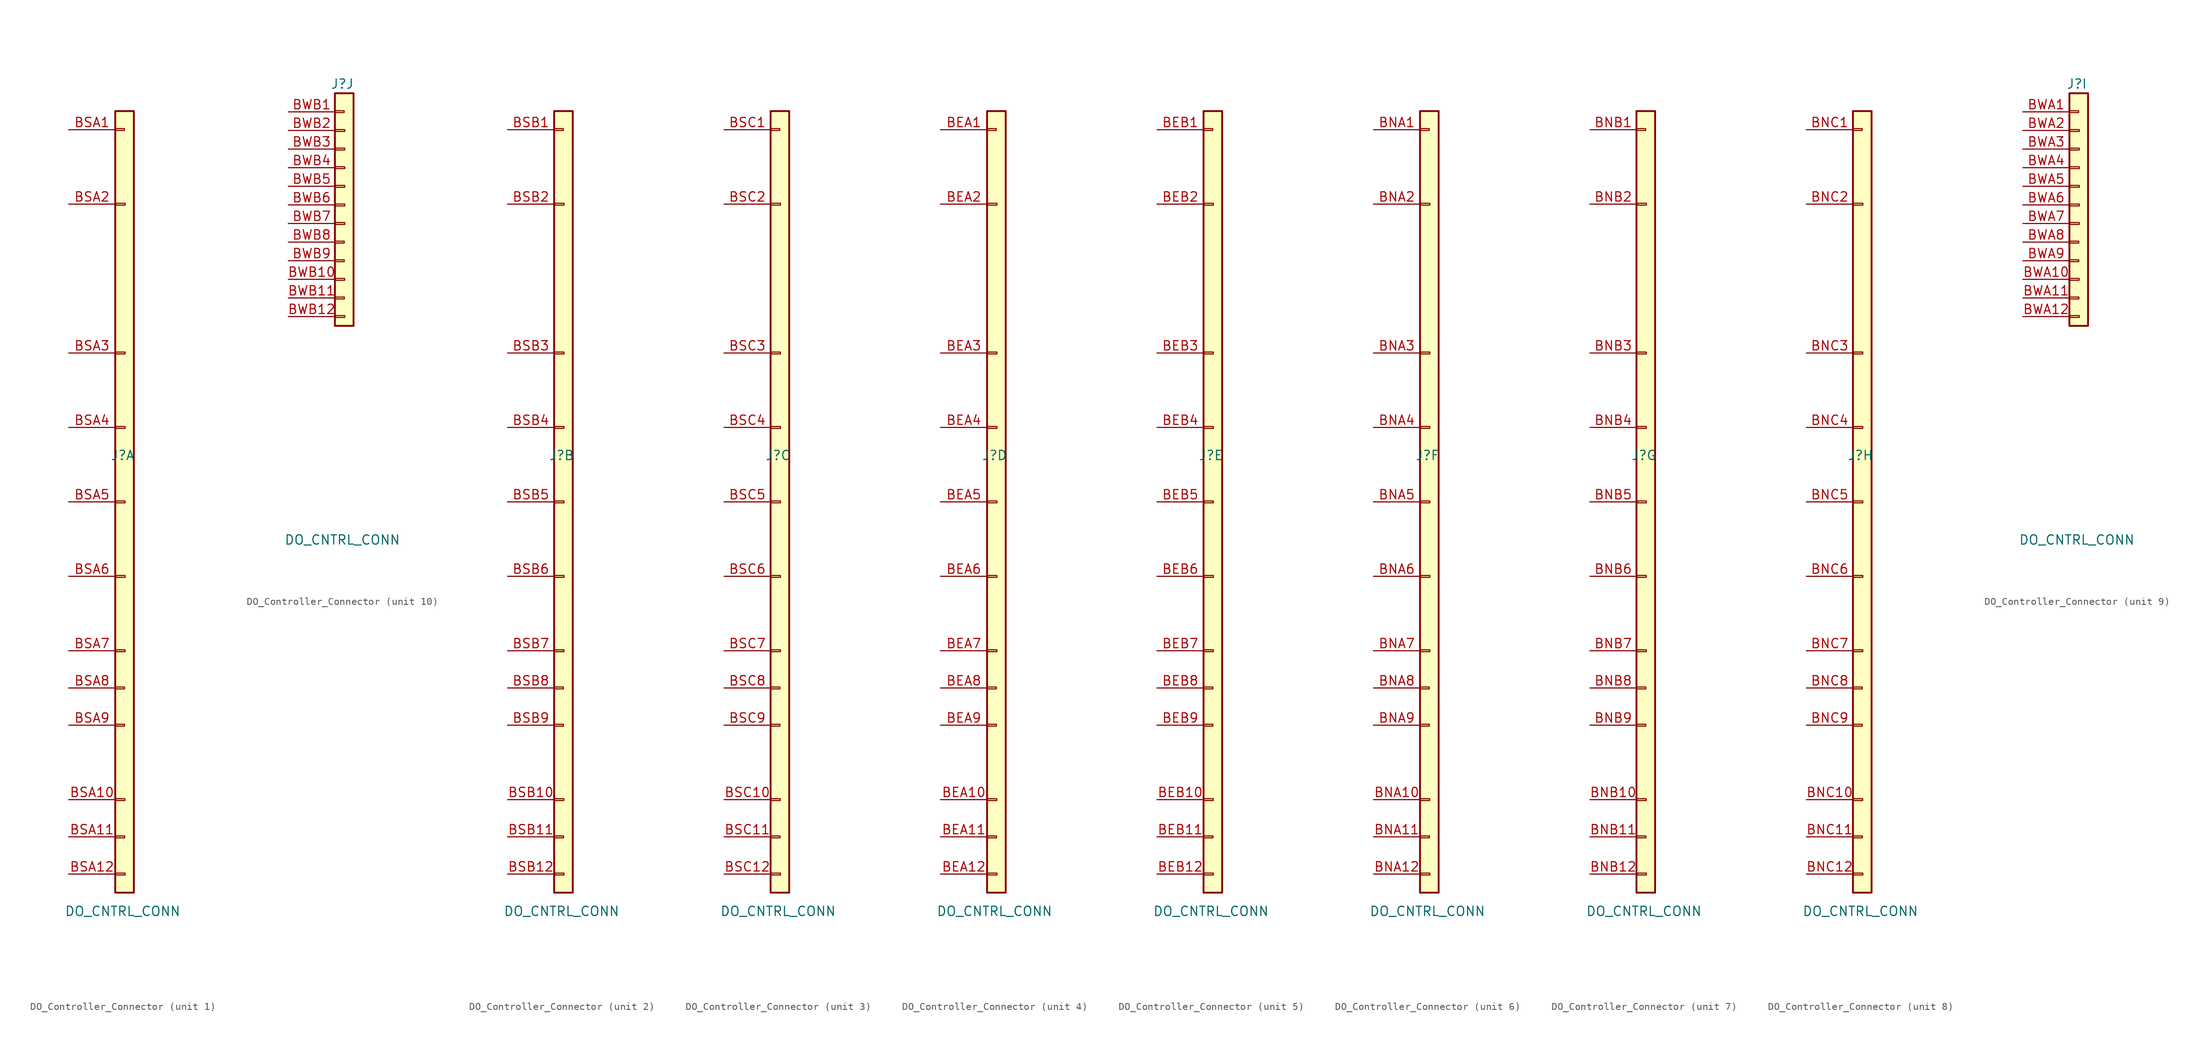
<source format=kicad_sym>
(kicad_symbol_lib
  (version 20220914)
  (generator kicad_symbol_editor)
  (symbol "DO_Controller_Connector"
    (pin_names
      (offset 1.016) hide)
    (property "Reference" "J"
      (at -0.254 16.51 0)
      (effects (font (size 1.27 1.27))))
    (property "Value" "DO_CNTRL_CONN"
      (at -0.254 -45.72 0)
      (effects (font (size 1.27 1.27))))
    (property "ki_locked" ""
      (at 0 0 0)
      (effects (font (size 1.27 1.27))))
    (symbol "DO_Controller_Connector_1_1"
      (rectangle (start -1.285 61.109) (end -0.015 60.855) (stroke (width 0.152) (type default)) (fill (type none)))
      (rectangle (start -1.27 -20.193) (end 0 -20.447) (stroke (width 0.152) (type default)) (fill (type none)))
      (rectangle (start -1.27 -15.113) (end 0 -15.367) (stroke (width 0.152) (type default)) (fill (type none)))
      (rectangle (start -1.27 63.5) (end 1.27 -43.18) (stroke (width 0.254) (type default)) (fill (type background)))
      (rectangle (start -1.252 -35.441) (end 0.018 -35.695) (stroke (width 0.152) (type default)) (fill (type none)))
      (rectangle (start -1.217 -30.354) (end 0.053 -30.608) (stroke (width 0.152) (type default)) (fill (type none)))
      (rectangle (start -1.2 30.608) (end 0.07 30.354) (stroke (width 0.152) (type default)) (fill (type none)))
      (rectangle (start -1.199 -10.033) (end 0.071 -10.287) (stroke (width 0.152) (type default)) (fill (type none)))
      (rectangle (start -1.198 10.283) (end 0.072 10.029) (stroke (width 0.152) (type default)) (fill (type none)))
      (rectangle (start -1.198 20.447) (end 0.072 20.193) (stroke (width 0.152) (type default)) (fill (type none)))
      (rectangle (start -1.197 -40.508) (end 0.073 -40.762) (stroke (width 0.152) (type default)) (fill (type none)))
      (rectangle (start -1.195 0.116) (end 0.075 -0.138) (stroke (width 0.152) (type default)) (fill (type none)))
      (rectangle (start -1.193 50.919) (end 0.077 50.665) (stroke (width 0.152) (type default)) (fill (type none)))
      (pin passive line (at -7.62 60.96 0) (length 6.35) (name "BSA1" (effects (font (size 1.27 1.27)))) (number "BSA1" (effects (font (size 1.27 1.27)))))
      (pin passive line (at -7.62 -30.48 0) (length 6.35) (name "BSA10" (effects (font (size 1.27 1.27)))) (number "BSA10" (effects (font (size 1.27 1.27)))))
      (pin passive line (at -7.62 -35.56 0) (length 6.35) (name "BSA11" (effects (font (size 1.27 1.27)))) (number "BSA11" (effects (font (size 1.27 1.27)))))
      (pin passive line (at -7.62 -40.64 0) (length 6.35) (name "BSA12" (effects (font (size 1.27 1.27)))) (number "BSA12" (effects (font (size 1.27 1.27)))))
      (pin passive line (at -7.62 50.8 0) (length 6.35) (name "BSA2" (effects (font (size 1.27 1.27)))) (number "BSA2" (effects (font (size 1.27 1.27)))))
      (pin passive line (at -7.62 30.48 0) (length 6.35) (name "BSA3" (effects (font (size 1.27 1.27)))) (number "BSA3" (effects (font (size 1.27 1.27)))))
      (pin passive line (at -7.62 20.32 0) (length 6.35) (name "BSA4" (effects (font (size 1.27 1.27)))) (number "BSA4" (effects (font (size 1.27 1.27)))))
      (pin passive line (at -7.62 10.16 0) (length 6.35) (name "BSA5" (effects (font (size 1.27 1.27)))) (number "BSA5" (effects (font (size 1.27 1.27)))))
      (pin passive line (at -7.62 0 0) (length 6.35) (name "BSA6" (effects (font (size 1.27 1.27)))) (number "BSA6" (effects (font (size 1.27 1.27)))))
      (pin passive line (at -7.62 -10.16 0) (length 6.35) (name "BSA7" (effects (font (size 1.27 1.27)))) (number "BSA7" (effects (font (size 1.27 1.27)))))
      (pin passive line (at -7.62 -15.24 0) (length 6.35) (name "BSA8" (effects (font (size 1.27 1.27)))) (number "BSA8" (effects (font (size 1.27 1.27)))))
      (pin passive line (at -7.62 -20.32 0) (length 6.35) (name "BSA9" (effects (font (size 1.27 1.27)))) (number "BSA9" (effects (font (size 1.27 1.27))))))
    (symbol "DO_Controller_Connector_2_1"
      (rectangle (start -1.285 61.109) (end -0.015 60.855) (stroke (width 0.152) (type default)) (fill (type none)))
      (rectangle (start -1.27 -20.193) (end 0 -20.447) (stroke (width 0.152) (type default)) (fill (type none)))
      (rectangle (start -1.27 -15.113) (end 0 -15.367) (stroke (width 0.152) (type default)) (fill (type none)))
      (rectangle (start -1.27 63.5) (end 1.27 -43.18) (stroke (width 0.254) (type default)) (fill (type background)))
      (rectangle (start -1.252 -35.441) (end 0.018 -35.695) (stroke (width 0.152) (type default)) (fill (type none)))
      (rectangle (start -1.217 -30.354) (end 0.053 -30.608) (stroke (width 0.152) (type default)) (fill (type none)))
      (rectangle (start -1.2 30.608) (end 0.07 30.354) (stroke (width 0.152) (type default)) (fill (type none)))
      (rectangle (start -1.199 -10.033) (end 0.071 -10.287) (stroke (width 0.152) (type default)) (fill (type none)))
      (rectangle (start -1.198 10.283) (end 0.072 10.029) (stroke (width 0.152) (type default)) (fill (type none)))
      (rectangle (start -1.198 20.447) (end 0.072 20.193) (stroke (width 0.152) (type default)) (fill (type none)))
      (rectangle (start -1.197 -40.508) (end 0.073 -40.762) (stroke (width 0.152) (type default)) (fill (type none)))
      (rectangle (start -1.195 0.116) (end 0.075 -0.138) (stroke (width 0.152) (type default)) (fill (type none)))
      (rectangle (start -1.193 50.919) (end 0.077 50.665) (stroke (width 0.152) (type default)) (fill (type none)))
      (pin passive line (at -7.62 60.96 0) (length 6.35) (name "BSB1" (effects (font (size 1.27 1.27)))) (number "BSB1" (effects (font (size 1.27 1.27)))))
      (pin passive line (at -7.62 -30.48 0) (length 6.35) (name "BSB10" (effects (font (size 1.27 1.27)))) (number "BSB10" (effects (font (size 1.27 1.27)))))
      (pin passive line (at -7.62 -35.56 0) (length 6.35) (name "BSB11" (effects (font (size 1.27 1.27)))) (number "BSB11" (effects (font (size 1.27 1.27)))))
      (pin passive line (at -7.62 -40.64 0) (length 6.35) (name "BSB12" (effects (font (size 1.27 1.27)))) (number "BSB12" (effects (font (size 1.27 1.27)))))
      (pin passive line (at -7.62 50.8 0) (length 6.35) (name "BSB2" (effects (font (size 1.27 1.27)))) (number "BSB2" (effects (font (size 1.27 1.27)))))
      (pin passive line (at -7.62 30.48 0) (length 6.35) (name "BSB3" (effects (font (size 1.27 1.27)))) (number "BSB3" (effects (font (size 1.27 1.27)))))
      (pin passive line (at -7.62 20.32 0) (length 6.35) (name "BSB4" (effects (font (size 1.27 1.27)))) (number "BSB4" (effects (font (size 1.27 1.27)))))
      (pin passive line (at -7.62 10.16 0) (length 6.35) (name "BSB5" (effects (font (size 1.27 1.27)))) (number "BSB5" (effects (font (size 1.27 1.27)))))
      (pin passive line (at -7.62 0 0) (length 6.35) (name "BSB6" (effects (font (size 1.27 1.27)))) (number "BSB6" (effects (font (size 1.27 1.27)))))
      (pin passive line (at -7.62 -10.16 0) (length 6.35) (name "BSB7" (effects (font (size 1.27 1.27)))) (number "BSB7" (effects (font (size 1.27 1.27)))))
      (pin passive line (at -7.62 -15.24 0) (length 6.35) (name "BSB8" (effects (font (size 1.27 1.27)))) (number "BSB8" (effects (font (size 1.27 1.27)))))
      (pin passive line (at -7.62 -20.32 0) (length 6.35) (name "BSB9" (effects (font (size 1.27 1.27)))) (number "BSB9" (effects (font (size 1.27 1.27))))))
    (symbol "DO_Controller_Connector_3_1"
      (rectangle (start -1.285 61.109) (end -0.015 60.855) (stroke (width 0.152) (type default)) (fill (type none)))
      (rectangle (start -1.27 -20.193) (end 0 -20.447) (stroke (width 0.152) (type default)) (fill (type none)))
      (rectangle (start -1.27 -15.113) (end 0 -15.367) (stroke (width 0.152) (type default)) (fill (type none)))
      (rectangle (start -1.27 63.5) (end 1.27 -43.18) (stroke (width 0.254) (type default)) (fill (type background)))
      (rectangle (start -1.252 -35.441) (end 0.018 -35.695) (stroke (width 0.152) (type default)) (fill (type none)))
      (rectangle (start -1.217 -30.354) (end 0.053 -30.608) (stroke (width 0.152) (type default)) (fill (type none)))
      (rectangle (start -1.2 30.608) (end 0.07 30.354) (stroke (width 0.152) (type default)) (fill (type none)))
      (rectangle (start -1.199 -10.033) (end 0.071 -10.287) (stroke (width 0.152) (type default)) (fill (type none)))
      (rectangle (start -1.198 10.283) (end 0.072 10.029) (stroke (width 0.152) (type default)) (fill (type none)))
      (rectangle (start -1.198 20.447) (end 0.072 20.193) (stroke (width 0.152) (type default)) (fill (type none)))
      (rectangle (start -1.197 -40.508) (end 0.073 -40.762) (stroke (width 0.152) (type default)) (fill (type none)))
      (rectangle (start -1.195 0.116) (end 0.075 -0.138) (stroke (width 0.152) (type default)) (fill (type none)))
      (rectangle (start -1.193 50.919) (end 0.077 50.665) (stroke (width 0.152) (type default)) (fill (type none)))
      (pin passive line (at -7.62 60.96 0) (length 6.35) (name "BSC1" (effects (font (size 1.27 1.27)))) (number "BSC1" (effects (font (size 1.27 1.27)))))
      (pin passive line (at -7.62 -30.48 0) (length 6.35) (name "BSC10" (effects (font (size 1.27 1.27)))) (number "BSC10" (effects (font (size 1.27 1.27)))))
      (pin passive line (at -7.62 -35.56 0) (length 6.35) (name "BSC11" (effects (font (size 1.27 1.27)))) (number "BSC11" (effects (font (size 1.27 1.27)))))
      (pin passive line (at -7.62 -40.64 0) (length 6.35) (name "BSC12" (effects (font (size 1.27 1.27)))) (number "BSC12" (effects (font (size 1.27 1.27)))))
      (pin passive line (at -7.62 50.8 0) (length 6.35) (name "BSC2" (effects (font (size 1.27 1.27)))) (number "BSC2" (effects (font (size 1.27 1.27)))))
      (pin passive line (at -7.62 30.48 0) (length 6.35) (name "BSC3" (effects (font (size 1.27 1.27)))) (number "BSC3" (effects (font (size 1.27 1.27)))))
      (pin passive line (at -7.62 20.32 0) (length 6.35) (name "BSC4" (effects (font (size 1.27 1.27)))) (number "BSC4" (effects (font (size 1.27 1.27)))))
      (pin passive line (at -7.62 10.16 0) (length 6.35) (name "BSC5" (effects (font (size 1.27 1.27)))) (number "BSC5" (effects (font (size 1.27 1.27)))))
      (pin passive line (at -7.62 0 0) (length 6.35) (name "BSC6" (effects (font (size 1.27 1.27)))) (number "BSC6" (effects (font (size 1.27 1.27)))))
      (pin passive line (at -7.62 -10.16 0) (length 6.35) (name "BSC7" (effects (font (size 1.27 1.27)))) (number "BSC7" (effects (font (size 1.27 1.27)))))
      (pin passive line (at -7.62 -15.24 0) (length 6.35) (name "BSC8" (effects (font (size 1.27 1.27)))) (number "BSC8" (effects (font (size 1.27 1.27)))))
      (pin passive line (at -7.62 -20.32 0) (length 6.35) (name "BSC9" (effects (font (size 1.27 1.27)))) (number "BSC9" (effects (font (size 1.27 1.27))))))
    (symbol "DO_Controller_Connector_4_1"
      (rectangle (start -1.285 61.109) (end -0.015 60.855) (stroke (width 0.152) (type default)) (fill (type none)))
      (rectangle (start -1.27 -20.193) (end 0 -20.447) (stroke (width 0.152) (type default)) (fill (type none)))
      (rectangle (start -1.27 -15.113) (end 0 -15.367) (stroke (width 0.152) (type default)) (fill (type none)))
      (rectangle (start -1.27 63.5) (end 1.27 -43.18) (stroke (width 0.254) (type default)) (fill (type background)))
      (rectangle (start -1.252 -35.441) (end 0.018 -35.695) (stroke (width 0.152) (type default)) (fill (type none)))
      (rectangle (start -1.217 -30.354) (end 0.053 -30.608) (stroke (width 0.152) (type default)) (fill (type none)))
      (rectangle (start -1.2 30.608) (end 0.07 30.354) (stroke (width 0.152) (type default)) (fill (type none)))
      (rectangle (start -1.199 -10.033) (end 0.071 -10.287) (stroke (width 0.152) (type default)) (fill (type none)))
      (rectangle (start -1.198 10.283) (end 0.072 10.029) (stroke (width 0.152) (type default)) (fill (type none)))
      (rectangle (start -1.198 20.447) (end 0.072 20.193) (stroke (width 0.152) (type default)) (fill (type none)))
      (rectangle (start -1.197 -40.508) (end 0.073 -40.762) (stroke (width 0.152) (type default)) (fill (type none)))
      (rectangle (start -1.195 0.116) (end 0.075 -0.138) (stroke (width 0.152) (type default)) (fill (type none)))
      (rectangle (start -1.193 50.919) (end 0.077 50.665) (stroke (width 0.152) (type default)) (fill (type none)))
      (pin passive line (at -7.62 60.96 0) (length 6.35) (name "BEA1" (effects (font (size 1.27 1.27)))) (number "BEA1" (effects (font (size 1.27 1.27)))))
      (pin passive line (at -7.62 -30.48 0) (length 6.35) (name "BEA10" (effects (font (size 1.27 1.27)))) (number "BEA10" (effects (font (size 1.27 1.27)))))
      (pin passive line (at -7.62 -35.56 0) (length 6.35) (name "BEA11" (effects (font (size 1.27 1.27)))) (number "BEA11" (effects (font (size 1.27 1.27)))))
      (pin passive line (at -7.62 -40.64 0) (length 6.35) (name "BEA12" (effects (font (size 1.27 1.27)))) (number "BEA12" (effects (font (size 1.27 1.27)))))
      (pin passive line (at -7.62 50.8 0) (length 6.35) (name "BEA2" (effects (font (size 1.27 1.27)))) (number "BEA2" (effects (font (size 1.27 1.27)))))
      (pin passive line (at -7.62 30.48 0) (length 6.35) (name "BEA3" (effects (font (size 1.27 1.27)))) (number "BEA3" (effects (font (size 1.27 1.27)))))
      (pin passive line (at -7.62 20.32 0) (length 6.35) (name "BEA4" (effects (font (size 1.27 1.27)))) (number "BEA4" (effects (font (size 1.27 1.27)))))
      (pin passive line (at -7.62 10.16 0) (length 6.35) (name "BEA5" (effects (font (size 1.27 1.27)))) (number "BEA5" (effects (font (size 1.27 1.27)))))
      (pin passive line (at -7.62 0 0) (length 6.35) (name "BEA6" (effects (font (size 1.27 1.27)))) (number "BEA6" (effects (font (size 1.27 1.27)))))
      (pin passive line (at -7.62 -10.16 0) (length 6.35) (name "BEA7" (effects (font (size 1.27 1.27)))) (number "BEA7" (effects (font (size 1.27 1.27)))))
      (pin passive line (at -7.62 -15.24 0) (length 6.35) (name "BEA8" (effects (font (size 1.27 1.27)))) (number "BEA8" (effects (font (size 1.27 1.27)))))
      (pin passive line (at -7.62 -20.32 0) (length 6.35) (name "BEA9" (effects (font (size 1.27 1.27)))) (number "BEA9" (effects (font (size 1.27 1.27))))))
    (symbol "DO_Controller_Connector_5_1"
      (rectangle (start -1.285 61.109) (end -0.015 60.855) (stroke (width 0.152) (type default)) (fill (type none)))
      (rectangle (start -1.27 -20.193) (end 0 -20.447) (stroke (width 0.152) (type default)) (fill (type none)))
      (rectangle (start -1.27 -15.113) (end 0 -15.367) (stroke (width 0.152) (type default)) (fill (type none)))
      (rectangle (start -1.27 63.5) (end 1.27 -43.18) (stroke (width 0.254) (type default)) (fill (type background)))
      (rectangle (start -1.252 -35.441) (end 0.018 -35.695) (stroke (width 0.152) (type default)) (fill (type none)))
      (rectangle (start -1.217 -30.354) (end 0.053 -30.608) (stroke (width 0.152) (type default)) (fill (type none)))
      (rectangle (start -1.2 30.608) (end 0.07 30.354) (stroke (width 0.152) (type default)) (fill (type none)))
      (rectangle (start -1.199 -10.033) (end 0.071 -10.287) (stroke (width 0.152) (type default)) (fill (type none)))
      (rectangle (start -1.198 10.283) (end 0.072 10.029) (stroke (width 0.152) (type default)) (fill (type none)))
      (rectangle (start -1.198 20.447) (end 0.072 20.193) (stroke (width 0.152) (type default)) (fill (type none)))
      (rectangle (start -1.197 -40.508) (end 0.073 -40.762) (stroke (width 0.152) (type default)) (fill (type none)))
      (rectangle (start -1.195 0.116) (end 0.075 -0.138) (stroke (width 0.152) (type default)) (fill (type none)))
      (rectangle (start -1.193 50.919) (end 0.077 50.665) (stroke (width 0.152) (type default)) (fill (type none)))
      (pin passive line (at -7.62 60.96 0) (length 6.35) (name "BEB1" (effects (font (size 1.27 1.27)))) (number "BEB1" (effects (font (size 1.27 1.27)))))
      (pin passive line (at -7.62 -30.48 0) (length 6.35) (name "BEB10" (effects (font (size 1.27 1.27)))) (number "BEB10" (effects (font (size 1.27 1.27)))))
      (pin passive line (at -7.62 -35.56 0) (length 6.35) (name "BEB11" (effects (font (size 1.27 1.27)))) (number "BEB11" (effects (font (size 1.27 1.27)))))
      (pin passive line (at -7.62 -40.64 0) (length 6.35) (name "BEB12" (effects (font (size 1.27 1.27)))) (number "BEB12" (effects (font (size 1.27 1.27)))))
      (pin passive line (at -7.62 50.8 0) (length 6.35) (name "BEB2" (effects (font (size 1.27 1.27)))) (number "BEB2" (effects (font (size 1.27 1.27)))))
      (pin passive line (at -7.62 30.48 0) (length 6.35) (name "BEB3" (effects (font (size 1.27 1.27)))) (number "BEB3" (effects (font (size 1.27 1.27)))))
      (pin passive line (at -7.62 20.32 0) (length 6.35) (name "BEB4" (effects (font (size 1.27 1.27)))) (number "BEB4" (effects (font (size 1.27 1.27)))))
      (pin passive line (at -7.62 10.16 0) (length 6.35) (name "BEB5" (effects (font (size 1.27 1.27)))) (number "BEB5" (effects (font (size 1.27 1.27)))))
      (pin passive line (at -7.62 0 0) (length 6.35) (name "BEB6" (effects (font (size 1.27 1.27)))) (number "BEB6" (effects (font (size 1.27 1.27)))))
      (pin passive line (at -7.62 -10.16 0) (length 6.35) (name "BEB7" (effects (font (size 1.27 1.27)))) (number "BEB7" (effects (font (size 1.27 1.27)))))
      (pin passive line (at -7.62 -15.24 0) (length 6.35) (name "BEB8" (effects (font (size 1.27 1.27)))) (number "BEB8" (effects (font (size 1.27 1.27)))))
      (pin passive line (at -7.62 -20.32 0) (length 6.35) (name "BEB9" (effects (font (size 1.27 1.27)))) (number "BEB9" (effects (font (size 1.27 1.27))))))
    (symbol "DO_Controller_Connector_6_1"
      (rectangle (start -1.285 61.109) (end -0.015 60.855) (stroke (width 0.152) (type default)) (fill (type none)))
      (rectangle (start -1.27 -20.193) (end 0 -20.447) (stroke (width 0.152) (type default)) (fill (type none)))
      (rectangle (start -1.27 -15.113) (end 0 -15.367) (stroke (width 0.152) (type default)) (fill (type none)))
      (rectangle (start -1.27 63.5) (end 1.27 -43.18) (stroke (width 0.254) (type default)) (fill (type background)))
      (rectangle (start -1.252 -35.441) (end 0.018 -35.695) (stroke (width 0.152) (type default)) (fill (type none)))
      (rectangle (start -1.217 -30.354) (end 0.053 -30.608) (stroke (width 0.152) (type default)) (fill (type none)))
      (rectangle (start -1.2 30.608) (end 0.07 30.354) (stroke (width 0.152) (type default)) (fill (type none)))
      (rectangle (start -1.199 -10.033) (end 0.071 -10.287) (stroke (width 0.152) (type default)) (fill (type none)))
      (rectangle (start -1.198 10.283) (end 0.072 10.029) (stroke (width 0.152) (type default)) (fill (type none)))
      (rectangle (start -1.198 20.447) (end 0.072 20.193) (stroke (width 0.152) (type default)) (fill (type none)))
      (rectangle (start -1.197 -40.508) (end 0.073 -40.762) (stroke (width 0.152) (type default)) (fill (type none)))
      (rectangle (start -1.195 0.116) (end 0.075 -0.138) (stroke (width 0.152) (type default)) (fill (type none)))
      (rectangle (start -1.193 50.919) (end 0.077 50.665) (stroke (width 0.152) (type default)) (fill (type none)))
      (pin passive line (at -7.62 60.96 0) (length 6.35) (name "BNA1" (effects (font (size 1.27 1.27)))) (number "BNA1" (effects (font (size 1.27 1.27)))))
      (pin passive line (at -7.62 -30.48 0) (length 6.35) (name "BNA10" (effects (font (size 1.27 1.27)))) (number "BNA10" (effects (font (size 1.27 1.27)))))
      (pin passive line (at -7.62 -35.56 0) (length 6.35) (name "BNA11" (effects (font (size 1.27 1.27)))) (number "BNA11" (effects (font (size 1.27 1.27)))))
      (pin passive line (at -7.62 -40.64 0) (length 6.35) (name "BNA12" (effects (font (size 1.27 1.27)))) (number "BNA12" (effects (font (size 1.27 1.27)))))
      (pin passive line (at -7.62 50.8 0) (length 6.35) (name "BNA2" (effects (font (size 1.27 1.27)))) (number "BNA2" (effects (font (size 1.27 1.27)))))
      (pin passive line (at -7.62 30.48 0) (length 6.35) (name "BNA3" (effects (font (size 1.27 1.27)))) (number "BNA3" (effects (font (size 1.27 1.27)))))
      (pin passive line (at -7.62 20.32 0) (length 6.35) (name "BNA4" (effects (font (size 1.27 1.27)))) (number "BNA4" (effects (font (size 1.27 1.27)))))
      (pin passive line (at -7.62 10.16 0) (length 6.35) (name "BNA5" (effects (font (size 1.27 1.27)))) (number "BNA5" (effects (font (size 1.27 1.27)))))
      (pin passive line (at -7.62 0 0) (length 6.35) (name "BNA6" (effects (font (size 1.27 1.27)))) (number "BNA6" (effects (font (size 1.27 1.27)))))
      (pin passive line (at -7.62 -10.16 0) (length 6.35) (name "BNA7" (effects (font (size 1.27 1.27)))) (number "BNA7" (effects (font (size 1.27 1.27)))))
      (pin passive line (at -7.62 -15.24 0) (length 6.35) (name "BNA8" (effects (font (size 1.27 1.27)))) (number "BNA8" (effects (font (size 1.27 1.27)))))
      (pin passive line (at -7.62 -20.32 0) (length 6.35) (name "BNA9" (effects (font (size 1.27 1.27)))) (number "BNA9" (effects (font (size 1.27 1.27))))))
    (symbol "DO_Controller_Connector_7_1"
      (rectangle (start -1.285 61.109) (end -0.015 60.855) (stroke (width 0.152) (type default)) (fill (type none)))
      (rectangle (start -1.27 -20.193) (end 0 -20.447) (stroke (width 0.152) (type default)) (fill (type none)))
      (rectangle (start -1.27 -15.113) (end 0 -15.367) (stroke (width 0.152) (type default)) (fill (type none)))
      (rectangle (start -1.27 63.5) (end 1.27 -43.18) (stroke (width 0.254) (type default)) (fill (type background)))
      (rectangle (start -1.252 -35.441) (end 0.018 -35.695) (stroke (width 0.152) (type default)) (fill (type none)))
      (rectangle (start -1.217 -30.354) (end 0.053 -30.608) (stroke (width 0.152) (type default)) (fill (type none)))
      (rectangle (start -1.2 30.608) (end 0.07 30.354) (stroke (width 0.152) (type default)) (fill (type none)))
      (rectangle (start -1.199 -10.033) (end 0.071 -10.287) (stroke (width 0.152) (type default)) (fill (type none)))
      (rectangle (start -1.198 10.283) (end 0.072 10.029) (stroke (width 0.152) (type default)) (fill (type none)))
      (rectangle (start -1.198 20.447) (end 0.072 20.193) (stroke (width 0.152) (type default)) (fill (type none)))
      (rectangle (start -1.197 -40.508) (end 0.073 -40.762) (stroke (width 0.152) (type default)) (fill (type none)))
      (rectangle (start -1.195 0.116) (end 0.075 -0.138) (stroke (width 0.152) (type default)) (fill (type none)))
      (rectangle (start -1.193 50.919) (end 0.077 50.665) (stroke (width 0.152) (type default)) (fill (type none)))
      (pin passive line (at -7.62 60.96 0) (length 6.35) (name "BNB1" (effects (font (size 1.27 1.27)))) (number "BNB1" (effects (font (size 1.27 1.27)))))
      (pin passive line (at -7.62 -30.48 0) (length 6.35) (name "BNB10" (effects (font (size 1.27 1.27)))) (number "BNB10" (effects (font (size 1.27 1.27)))))
      (pin passive line (at -7.62 -35.56 0) (length 6.35) (name "BNB11" (effects (font (size 1.27 1.27)))) (number "BNB11" (effects (font (size 1.27 1.27)))))
      (pin passive line (at -7.62 -40.64 0) (length 6.35) (name "BNB12" (effects (font (size 1.27 1.27)))) (number "BNB12" (effects (font (size 1.27 1.27)))))
      (pin passive line (at -7.62 50.8 0) (length 6.35) (name "BNB2" (effects (font (size 1.27 1.27)))) (number "BNB2" (effects (font (size 1.27 1.27)))))
      (pin passive line (at -7.62 30.48 0) (length 6.35) (name "BNB3" (effects (font (size 1.27 1.27)))) (number "BNB3" (effects (font (size 1.27 1.27)))))
      (pin passive line (at -7.62 20.32 0) (length 6.35) (name "BNB4" (effects (font (size 1.27 1.27)))) (number "BNB4" (effects (font (size 1.27 1.27)))))
      (pin passive line (at -7.62 10.16 0) (length 6.35) (name "BNB5" (effects (font (size 1.27 1.27)))) (number "BNB5" (effects (font (size 1.27 1.27)))))
      (pin passive line (at -7.62 0 0) (length 6.35) (name "BNB6" (effects (font (size 1.27 1.27)))) (number "BNB6" (effects (font (size 1.27 1.27)))))
      (pin passive line (at -7.62 -10.16 0) (length 6.35) (name "BNB7" (effects (font (size 1.27 1.27)))) (number "BNB7" (effects (font (size 1.27 1.27)))))
      (pin passive line (at -7.62 -15.24 0) (length 6.35) (name "BNB8" (effects (font (size 1.27 1.27)))) (number "BNB8" (effects (font (size 1.27 1.27)))))
      (pin passive line (at -7.62 -20.32 0) (length 6.35) (name "BNB9" (effects (font (size 1.27 1.27)))) (number "BNB9" (effects (font (size 1.27 1.27))))))
    (symbol "DO_Controller_Connector_8_1"
      (rectangle (start -1.285 61.109) (end -0.015 60.855) (stroke (width 0.152) (type default)) (fill (type none)))
      (rectangle (start -1.27 -20.193) (end 0 -20.447) (stroke (width 0.152) (type default)) (fill (type none)))
      (rectangle (start -1.27 -15.113) (end 0 -15.367) (stroke (width 0.152) (type default)) (fill (type none)))
      (rectangle (start -1.27 63.5) (end 1.27 -43.18) (stroke (width 0.254) (type default)) (fill (type background)))
      (rectangle (start -1.252 -35.441) (end 0.018 -35.695) (stroke (width 0.152) (type default)) (fill (type none)))
      (rectangle (start -1.217 -30.354) (end 0.053 -30.608) (stroke (width 0.152) (type default)) (fill (type none)))
      (rectangle (start -1.2 30.608) (end 0.07 30.354) (stroke (width 0.152) (type default)) (fill (type none)))
      (rectangle (start -1.199 -10.033) (end 0.071 -10.287) (stroke (width 0.152) (type default)) (fill (type none)))
      (rectangle (start -1.198 10.283) (end 0.072 10.029) (stroke (width 0.152) (type default)) (fill (type none)))
      (rectangle (start -1.198 20.447) (end 0.072 20.193) (stroke (width 0.152) (type default)) (fill (type none)))
      (rectangle (start -1.197 -40.508) (end 0.073 -40.762) (stroke (width 0.152) (type default)) (fill (type none)))
      (rectangle (start -1.195 0.116) (end 0.075 -0.138) (stroke (width 0.152) (type default)) (fill (type none)))
      (rectangle (start -1.193 50.919) (end 0.077 50.665) (stroke (width 0.152) (type default)) (fill (type none)))
      (pin passive line (at -7.62 60.96 0) (length 6.35) (name "BNC1" (effects (font (size 1.27 1.27)))) (number "BNC1" (effects (font (size 1.27 1.27)))))
      (pin passive line (at -7.62 -30.48 0) (length 6.35) (name "BNC10" (effects (font (size 1.27 1.27)))) (number "BNC10" (effects (font (size 1.27 1.27)))))
      (pin passive line (at -7.62 -35.56 0) (length 6.35) (name "BNC11" (effects (font (size 1.27 1.27)))) (number "BNC11" (effects (font (size 1.27 1.27)))))
      (pin passive line (at -7.62 -40.64 0) (length 6.35) (name "BNC12" (effects (font (size 1.27 1.27)))) (number "BNC12" (effects (font (size 1.27 1.27)))))
      (pin passive line (at -7.62 50.8 0) (length 6.35) (name "BNC2" (effects (font (size 1.27 1.27)))) (number "BNC2" (effects (font (size 1.27 1.27)))))
      (pin passive line (at -7.62 30.48 0) (length 6.35) (name "BNC3" (effects (font (size 1.27 1.27)))) (number "BNC3" (effects (font (size 1.27 1.27)))))
      (pin passive line (at -7.62 20.32 0) (length 6.35) (name "BNC4" (effects (font (size 1.27 1.27)))) (number "BNC4" (effects (font (size 1.27 1.27)))))
      (pin passive line (at -7.62 10.16 0) (length 6.35) (name "BNC5" (effects (font (size 1.27 1.27)))) (number "BNC5" (effects (font (size 1.27 1.27)))))
      (pin passive line (at -7.62 0 0) (length 6.35) (name "BNC6" (effects (font (size 1.27 1.27)))) (number "BNC6" (effects (font (size 1.27 1.27)))))
      (pin passive line (at -7.62 -10.16 0) (length 6.35) (name "BNC7" (effects (font (size 1.27 1.27)))) (number "BNC7" (effects (font (size 1.27 1.27)))))
      (pin passive line (at -7.62 -15.24 0) (length 6.35) (name "BNC8" (effects (font (size 1.27 1.27)))) (number "BNC8" (effects (font (size 1.27 1.27)))))
      (pin passive line (at -7.62 -20.32 0) (length 6.35) (name "BNC9" (effects (font (size 1.27 1.27)))) (number "BNC9" (effects (font (size 1.27 1.27))))))
    (symbol "DO_Controller_Connector_9_1"
      (rectangle (start -1.285 12.849) (end -0.015 12.595) (stroke (width 0.152) (type default)) (fill (type none)))
      (rectangle (start -1.27 -7.493) (end 0 -7.747) (stroke (width 0.152) (type default)) (fill (type none)))
      (rectangle (start -1.27 -4.953) (end 0 -5.207) (stroke (width 0.152) (type default)) (fill (type none)))
      (rectangle (start -1.27 15.24) (end 1.27 -16.51) (stroke (width 0.254) (type default)) (fill (type background)))
      (rectangle (start -1.252 -12.581) (end 0.018 -12.835) (stroke (width 0.152) (type default)) (fill (type none)))
      (rectangle (start -1.217 -10.034) (end 0.053 -10.288) (stroke (width 0.152) (type default)) (fill (type none)))
      (rectangle (start -1.2 7.748) (end 0.07 7.494) (stroke (width 0.152) (type default)) (fill (type none)))
      (rectangle (start -1.199 -2.413) (end 0.071 -2.667) (stroke (width 0.152) (type default)) (fill (type none)))
      (rectangle (start -1.198 2.663) (end 0.072 2.409) (stroke (width 0.152) (type default)) (fill (type none)))
      (rectangle (start -1.198 5.207) (end 0.072 4.953) (stroke (width 0.152) (type default)) (fill (type none)))
      (rectangle (start -1.197 -15.108) (end 0.073 -15.362) (stroke (width 0.152) (type default)) (fill (type none)))
      (rectangle (start -1.195 0.116) (end 0.075 -0.138) (stroke (width 0.152) (type default)) (fill (type none)))
      (rectangle (start -1.193 10.279) (end 0.077 10.025) (stroke (width 0.152) (type default)) (fill (type none)))
      (pin passive line (at -7.62 12.7 0) (length 6.35) (name "BWA1" (effects (font (size 1.27 1.27)))) (number "BWA1" (effects (font (size 1.27 1.27)))))
      (pin passive line (at -7.62 -10.16 0) (length 6.35) (name "BWA10" (effects (font (size 1.27 1.27)))) (number "BWA10" (effects (font (size 1.27 1.27)))))
      (pin passive line (at -7.62 -12.7 0) (length 6.35) (name "BWA11" (effects (font (size 1.27 1.27)))) (number "BWA11" (effects (font (size 1.27 1.27)))))
      (pin passive line (at -7.62 -15.24 0) (length 6.35) (name "BWA12" (effects (font (size 1.27 1.27)))) (number "BWA12" (effects (font (size 1.27 1.27)))))
      (pin passive line (at -7.62 10.16 0) (length 6.35) (name "BWA2" (effects (font (size 1.27 1.27)))) (number "BWA2" (effects (font (size 1.27 1.27)))))
      (pin passive line (at -7.62 7.62 0) (length 6.35) (name "BWA3" (effects (font (size 1.27 1.27)))) (number "BWA3" (effects (font (size 1.27 1.27)))))
      (pin passive line (at -7.62 5.08 0) (length 6.35) (name "BWA4" (effects (font (size 1.27 1.27)))) (number "BWA4" (effects (font (size 1.27 1.27)))))
      (pin passive line (at -7.62 2.54 0) (length 6.35) (name "BWA5" (effects (font (size 1.27 1.27)))) (number "BWA5" (effects (font (size 1.27 1.27)))))
      (pin passive line (at -7.62 0 0) (length 6.35) (name "BWA6" (effects (font (size 1.27 1.27)))) (number "BWA6" (effects (font (size 1.27 1.27)))))
      (pin passive line (at -7.62 -2.54 0) (length 6.35) (name "BWA7" (effects (font (size 1.27 1.27)))) (number "BWA7" (effects (font (size 1.27 1.27)))))
      (pin passive line (at -7.62 -5.08 0) (length 6.35) (name "BWA8" (effects (font (size 1.27 1.27)))) (number "BWA8" (effects (font (size 1.27 1.27)))))
      (pin passive line (at -7.62 -7.62 0) (length 6.35) (name "BWA9" (effects (font (size 1.27 1.27)))) (number "BWA9" (effects (font (size 1.27 1.27))))))
    (symbol "DO_Controller_Connector_10_1"
      (rectangle (start -1.285 12.849) (end -0.015 12.595) (stroke (width 0.152) (type default)) (fill (type none)))
      (rectangle (start -1.27 -7.493) (end 0 -7.747) (stroke (width 0.152) (type default)) (fill (type none)))
      (rectangle (start -1.27 -4.953) (end 0 -5.207) (stroke (width 0.152) (type default)) (fill (type none)))
      (rectangle (start -1.27 15.24) (end 1.27 -16.51) (stroke (width 0.254) (type default)) (fill (type background)))
      (rectangle (start -1.252 -12.581) (end 0.018 -12.835) (stroke (width 0.152) (type default)) (fill (type none)))
      (rectangle (start -1.217 -10.034) (end 0.053 -10.288) (stroke (width 0.152) (type default)) (fill (type none)))
      (rectangle (start -1.2 7.748) (end 0.07 7.494) (stroke (width 0.152) (type default)) (fill (type none)))
      (rectangle (start -1.199 -2.413) (end 0.071 -2.667) (stroke (width 0.152) (type default)) (fill (type none)))
      (rectangle (start -1.198 2.663) (end 0.072 2.409) (stroke (width 0.152) (type default)) (fill (type none)))
      (rectangle (start -1.198 5.207) (end 0.072 4.953) (stroke (width 0.152) (type default)) (fill (type none)))
      (rectangle (start -1.197 -15.108) (end 0.073 -15.362) (stroke (width 0.152) (type default)) (fill (type none)))
      (rectangle (start -1.195 0.116) (end 0.075 -0.138) (stroke (width 0.152) (type default)) (fill (type none)))
      (rectangle (start -1.193 10.279) (end 0.077 10.025) (stroke (width 0.152) (type default)) (fill (type none)))
      (pin passive line (at -7.62 12.7 0) (length 6.35) (name "BWB1" (effects (font (size 1.27 1.27)))) (number "BWB1" (effects (font (size 1.27 1.27)))))
      (pin passive line (at -7.62 -10.16 0) (length 6.35) (name "BWB10" (effects (font (size 1.27 1.27)))) (number "BWB10" (effects (font (size 1.27 1.27)))))
      (pin passive line (at -7.62 -12.7 0) (length 6.35) (name "BWB11" (effects (font (size 1.27 1.27)))) (number "BWB11" (effects (font (size 1.27 1.27)))))
      (pin passive line (at -7.62 -15.24 0) (length 6.35) (name "BWB12" (effects (font (size 1.27 1.27)))) (number "BWB12" (effects (font (size 1.27 1.27)))))
      (pin passive line (at -7.62 10.16 0) (length 6.35) (name "BWB2" (effects (font (size 1.27 1.27)))) (number "BWB2" (effects (font (size 1.27 1.27)))))
      (pin passive line (at -7.62 7.62 0) (length 6.35) (name "BWB3" (effects (font (size 1.27 1.27)))) (number "BWB3" (effects (font (size 1.27 1.27)))))
      (pin passive line (at -7.62 5.08 0) (length 6.35) (name "BWB4" (effects (font (size 1.27 1.27)))) (number "BWB4" (effects (font (size 1.27 1.27)))))
      (pin passive line (at -7.62 2.54 0) (length 6.35) (name "BWB5" (effects (font (size 1.27 1.27)))) (number "BWB5" (effects (font (size 1.27 1.27)))))
      (pin passive line (at -7.62 0 0) (length 6.35) (name "BWB6" (effects (font (size 1.27 1.27)))) (number "BWB6" (effects (font (size 1.27 1.27)))))
      (pin passive line (at -7.62 -2.54 0) (length 6.35) (name "BWB7" (effects (font (size 1.27 1.27)))) (number "BWB7" (effects (font (size 1.27 1.27)))))
      (pin passive line (at -7.62 -5.08 0) (length 6.35) (name "BWB8" (effects (font (size 1.27 1.27)))) (number "BWB8" (effects (font (size 1.27 1.27)))))
      (pin passive line (at -7.62 -7.62 0) (length 6.35) (name "BWB9" (effects (font (size 1.27 1.27)))) (number "BWB9" (effects (font (size 1.27 1.27))))))))
</source>
